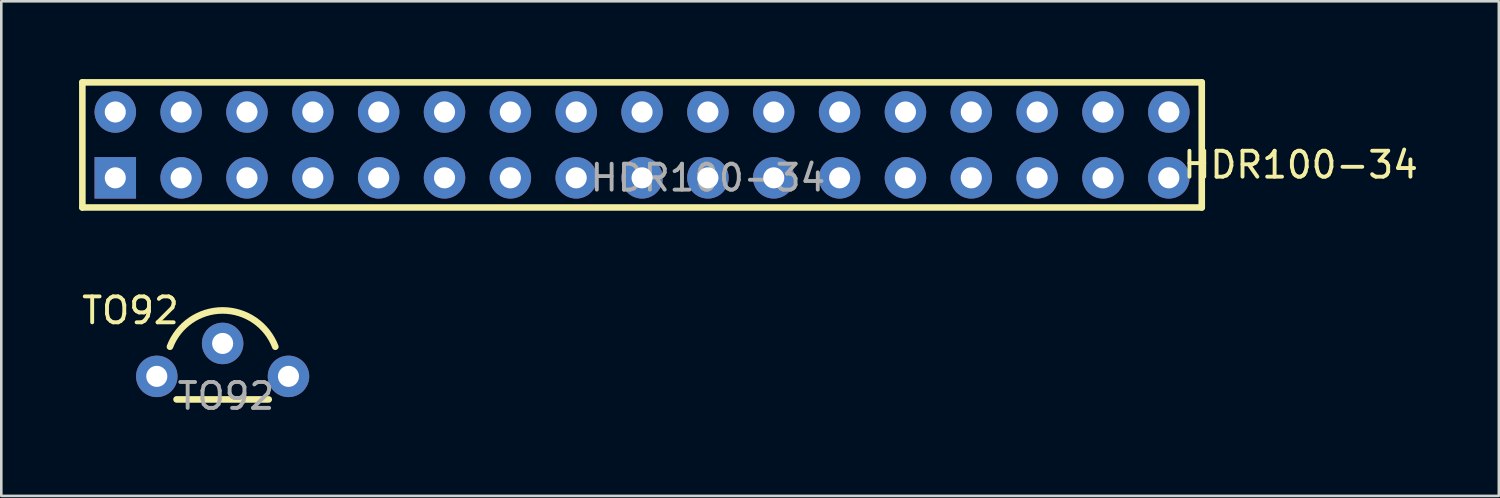
<source format=kicad_pcb>
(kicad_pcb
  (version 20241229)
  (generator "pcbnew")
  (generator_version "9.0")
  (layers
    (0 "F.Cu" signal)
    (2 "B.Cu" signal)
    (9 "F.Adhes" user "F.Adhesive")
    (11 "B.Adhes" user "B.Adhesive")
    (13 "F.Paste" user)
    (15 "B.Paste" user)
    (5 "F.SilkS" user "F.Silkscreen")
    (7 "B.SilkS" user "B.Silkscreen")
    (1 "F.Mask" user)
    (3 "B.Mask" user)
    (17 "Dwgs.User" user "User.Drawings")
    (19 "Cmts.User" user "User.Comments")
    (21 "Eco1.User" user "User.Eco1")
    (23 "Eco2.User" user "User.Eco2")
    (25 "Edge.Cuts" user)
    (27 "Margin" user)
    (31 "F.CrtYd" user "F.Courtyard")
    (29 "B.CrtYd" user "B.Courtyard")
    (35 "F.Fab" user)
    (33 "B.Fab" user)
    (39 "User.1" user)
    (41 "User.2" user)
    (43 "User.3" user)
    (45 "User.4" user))
  (footprint "TO92"
    (layer "F.Cu")
    (at 5.538 10.198)
    (property "Reference" "TO92" (at -3.556 -1.27 0) (unlocked yes) (layer "F.SilkS") (effects (font (size 1 1) (thickness 0.15))))
    (attr through_hole)
    (fp_line (start -1.778 2.159) (end 1.778 2.159) (stroke (width 0.254) (type solid)) (layer "F.SilkS"))
    (fp_arc (start -2.032 0.127) (mid 0 -1.273905) (end 2.032 0.127) (stroke (width 0.254) (type solid)) (layer "F.SilkS"))
    (fp_text user "${REFERENCE}" (at 0.127 2.032 0) (unlocked yes) (layer "F.Fab") (effects (font (size 1 1) (thickness 0.15))))
    (pad "1" thru_hole circle (at -2.54 1.27) (size 1.6 1.6) (drill 0.813) (layers "*.Cu" "*.Mask"))
    (pad "2" thru_hole circle (at 0 0) (size 1.6 1.6) (drill 0.813) (layers "*.Cu" "*.Mask"))
    (pad "3" thru_hole circle (at 2.54 1.27) (size 1.6 1.6) (drill 0.813) (layers "*.Cu" "*.Mask")))
  (footprint "HDR100-34"
    (layer "F.Cu")
    (at 1.397 3.81)
    (property "Reference" "HDR100-34" (at 45.72 -0.5 0) (unlocked yes) (layer "F.SilkS") (effects (font (size 1 1) (thickness 0.15))))
    (attr through_hole)
    (fp_line (start -1.27 -3.683) (end 41.91 -3.683) (stroke (width 0.254) (type solid)) (layer "F.SilkS"))
    (fp_line (start -1.27 1.143) (end -1.27 -3.683) (stroke (width 0.254) (type solid)) (layer "F.SilkS"))
    (fp_line (start -1.27 1.143) (end 41.91 1.143) (stroke (width 0.254) (type solid)) (layer "F.SilkS"))
    (fp_line (start 41.91 1.143) (end 41.91 -3.683) (stroke (width 0.254) (type solid)) (layer "F.SilkS"))
    (fp_text user "${REFERENCE}" (at 22.86 0 0) (unlocked yes) (layer "F.Fab") (effects (font (size 1 1) (thickness 0.15))))
    (pad "1" thru_hole rect (at 0 0) (size 1.6 1.6) (drill 0.813) (layers "*.Cu" "*.Mask"))
    (pad "2" thru_hole circle (at 0 -2.54) (size 1.6 1.6) (drill 0.813) (layers "*.Cu" "*.Mask"))
    (pad "3" thru_hole circle (at 2.54 0) (size 1.6 1.6) (drill 0.813) (layers "*.Cu" "*.Mask"))
    (pad "4" thru_hole circle (at 2.54 -2.54) (size 1.6 1.6) (drill 0.813) (layers "*.Cu" "*.Mask"))
    (pad "5" thru_hole circle (at 5.08 0) (size 1.6 1.6) (drill 0.813) (layers "*.Cu" "*.Mask"))
    (pad "6" thru_hole circle (at 5.08 -2.54) (size 1.6 1.6) (drill 0.813) (layers "*.Cu" "*.Mask"))
    (pad "7" thru_hole circle (at 7.62 0) (size 1.6 1.6) (drill 0.813) (layers "*.Cu" "*.Mask"))
    (pad "8" thru_hole circle (at 7.62 -2.54) (size 1.6 1.6) (drill 0.813) (layers "*.Cu" "*.Mask"))
    (pad "9" thru_hole circle (at 10.16 0) (size 1.6 1.6) (drill 0.813) (layers "*.Cu" "*.Mask"))
    (pad "10" thru_hole circle (at 10.16 -2.54) (size 1.6 1.6) (drill 0.813) (layers "*.Cu" "*.Mask"))
    (pad "11" thru_hole circle (at 12.7 0) (size 1.6 1.6) (drill 0.813) (layers "*.Cu" "*.Mask"))
    (pad "12" thru_hole circle (at 12.7 -2.54) (size 1.6 1.6) (drill 0.813) (layers "*.Cu" "*.Mask"))
    (pad "13" thru_hole circle (at 15.24 0) (size 1.6 1.6) (drill 0.813) (layers "*.Cu" "*.Mask"))
    (pad "14" thru_hole circle (at 15.24 -2.54) (size 1.6 1.6) (drill 0.813) (layers "*.Cu" "*.Mask"))
    (pad "15" thru_hole circle (at 17.78 0) (size 1.6 1.6) (drill 0.813) (layers "*.Cu" "*.Mask"))
    (pad "16" thru_hole circle (at 17.78 -2.54) (size 1.6 1.6) (drill 0.813) (layers "*.Cu" "*.Mask"))
    (pad "17" thru_hole circle (at 20.32 0) (size 1.6 1.6) (drill 0.813) (layers "*.Cu" "*.Mask"))
    (pad "18" thru_hole circle (at 20.32 -2.54) (size 1.6 1.6) (drill 0.813) (layers "*.Cu" "*.Mask"))
    (pad "19" thru_hole circle (at 22.86 0) (size 1.6 1.6) (drill 0.813) (layers "*.Cu" "*.Mask"))
    (pad "20" thru_hole circle (at 22.86 -2.54) (size 1.6 1.6) (drill 0.813) (layers "*.Cu" "*.Mask"))
    (pad "21" thru_hole circle (at 25.4 0) (size 1.6 1.6) (drill 0.813) (layers "*.Cu" "*.Mask"))
    (pad "22" thru_hole circle (at 25.4 -2.54) (size 1.6 1.6) (drill 0.813) (layers "*.Cu" "*.Mask"))
    (pad "23" thru_hole circle (at 27.94 0) (size 1.6 1.6) (drill 0.813) (layers "*.Cu" "*.Mask"))
    (pad "24" thru_hole circle (at 27.94 -2.54) (size 1.6 1.6) (drill 0.813) (layers "*.Cu" "*.Mask"))
    (pad "25" thru_hole circle (at 30.48 0) (size 1.6 1.6) (drill 0.813) (layers "*.Cu" "*.Mask"))
    (pad "26" thru_hole circle (at 30.48 -2.54) (size 1.6 1.6) (drill 0.813) (layers "*.Cu" "*.Mask"))
    (pad "27" thru_hole circle (at 33.02 0) (size 1.6 1.6) (drill 0.813) (layers "*.Cu" "*.Mask"))
    (pad "28" thru_hole circle (at 33.02 -2.54) (size 1.6 1.6) (drill 0.813) (layers "*.Cu" "*.Mask"))
    (pad "29" thru_hole circle (at 35.56 0) (size 1.6 1.6) (drill 0.813) (layers "*.Cu" "*.Mask"))
    (pad "30" thru_hole circle (at 35.56 -2.54) (size 1.6 1.6) (drill 0.813) (layers "*.Cu" "*.Mask"))
    (pad "31" thru_hole circle (at 38.1 0) (size 1.6 1.6) (drill 0.813) (layers "*.Cu" "*.Mask"))
    (pad "32" thru_hole circle (at 38.1 -2.54) (size 1.6 1.6) (drill 0.813) (layers "*.Cu" "*.Mask"))
    (pad "33" thru_hole circle (at 40.64 0) (size 1.6 1.6) (drill 0.813) (layers "*.Cu" "*.Mask"))
    (pad "34" thru_hole circle (at 40.64 -2.54) (size 1.6 1.6) (drill 0.813) (layers "*.Cu" "*.Mask")))
  (gr_rect
    (start -3 -3)
    (end 54.766 16.078)
    (stroke (width 0.1) (type default))
    (fill no)
    (layer "Edge.Cuts")))
</source>
